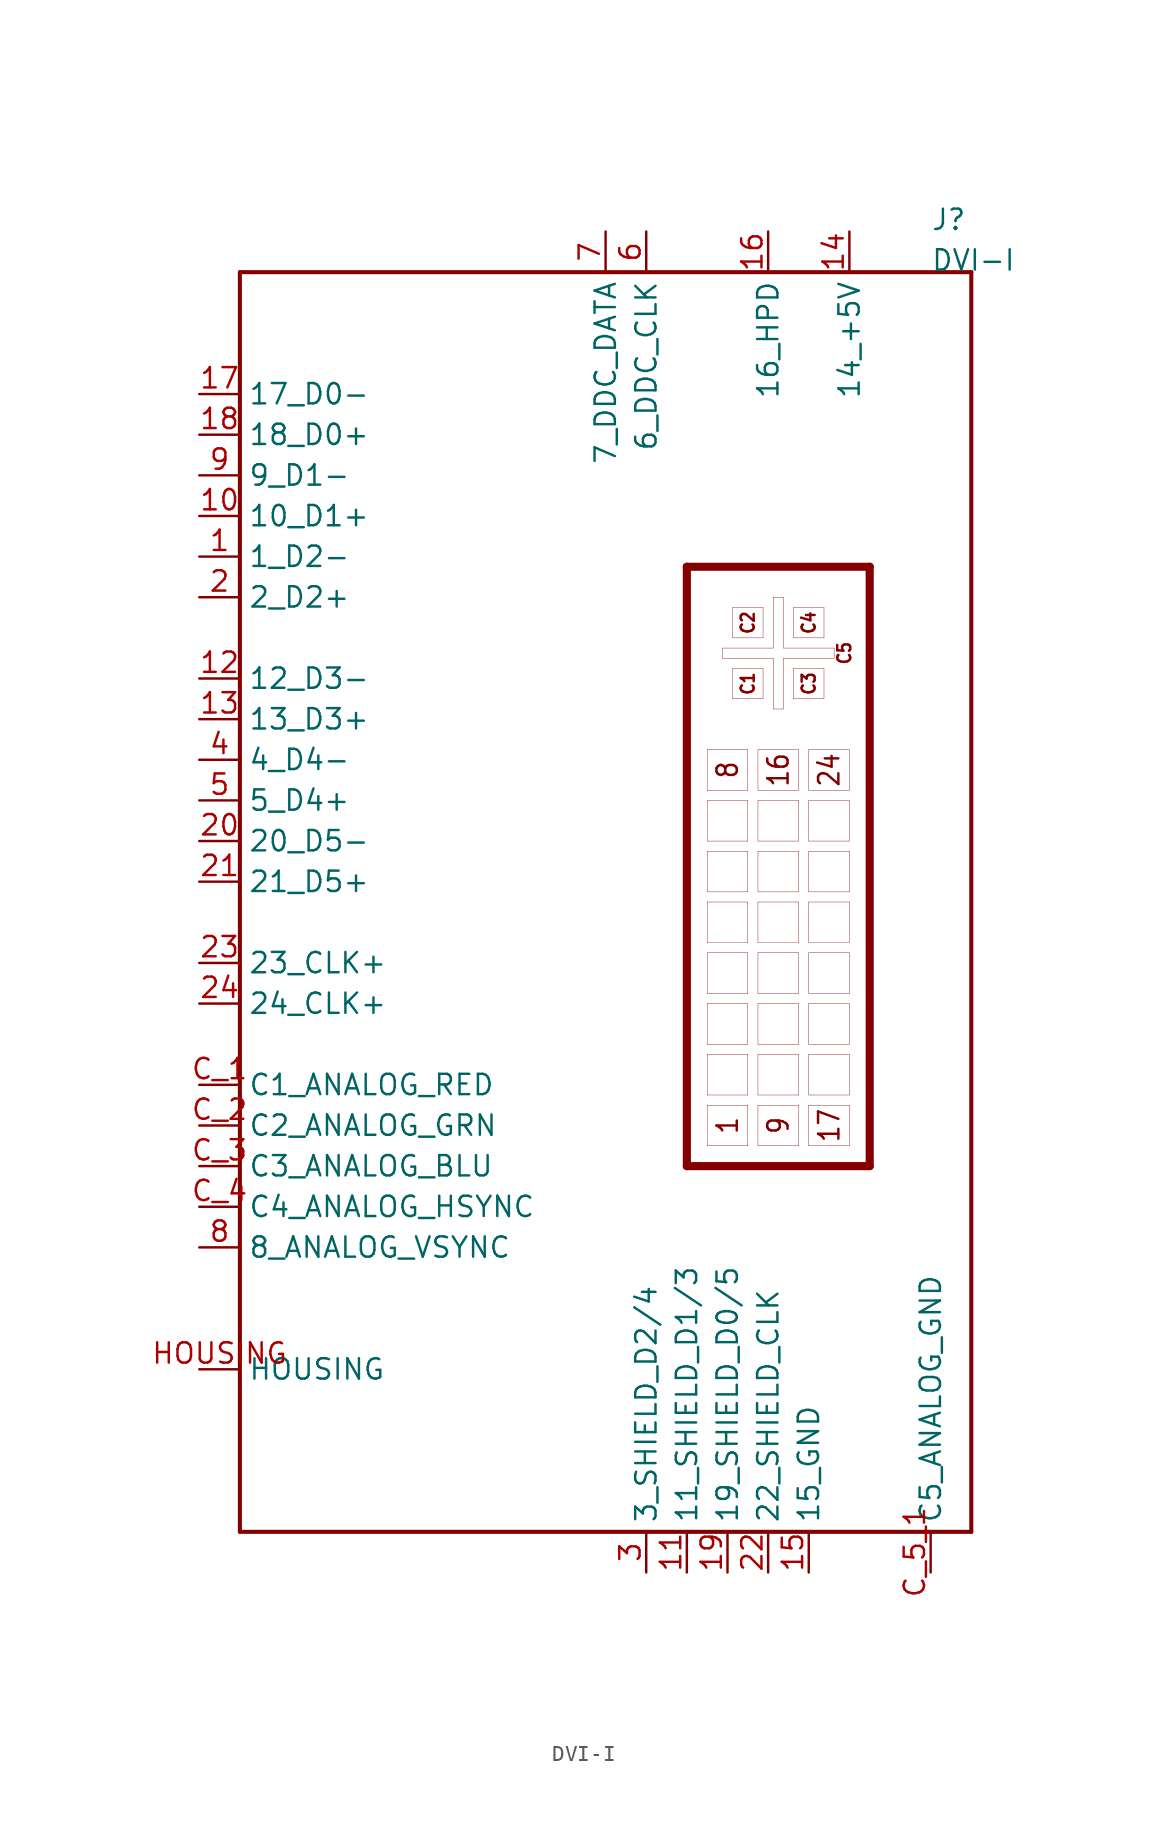
<source format=kicad_sym>
(kicad_symbol_lib
  (version 20211014)
  (generator kicad_symbol_editor)
  (symbol "DVI-I"
    (pin_names)
    (property "Reference" "J"
      (at 20.32 40.64 0)
      (effects (font (size 1.27 1.27)) (justify left bottom)))
    (property "Value" "DVI-I"
      (at 20.32 38.1 0)
      (effects (font (size 1.27 1.27)) (justify left bottom)))
    (property "Datasheet" ""
      (at 0 0 0))
    (property "ki_description" "DVI-I-0743201004  -DVI-I, Dual Link Receptacle Connector 29 Position Panel Mount, Through Hole, Right Angle   Technical Specifications:    Current Rating: 3A/contact   Voltage rating: 40VAC       Component Search:  [DATA SHEET NAME]   Datasheet:  743201004_sd "
      (at 0 0 0))
    (property "ki_fp_filters" "FlashPCB_Connectors:DVI-I-MOLEX-0743201004"
      (at 0 0 0))
    (symbol "DVI-I_1_1"
      (text "C1" (at 8.89 12.383 900) (effects (font (size 0.813 0.695))))
      (text "C2" (at 8.89 16.192 900) (effects (font (size 0.813 0.695))))
      (text "C4" (at 12.7 16.192 900) (effects (font (size 0.813 0.695))))
      (text "C3" (at 12.7 12.383 900) (effects (font (size 0.813 0.695))))
      (text "C5" (at 14.922 14.287 900) (effects (font (size 0.813 0.695))))
      (text "1" (at 7.62 -15.24 900) (effects (font (size 1.27 1.086))))
      (text "9" (at 10.795 -15.24 900) (effects (font (size 1.27 1.086))))
      (text "17" (at 13.97 -15.24 900) (effects (font (size 1.27 1.086))))
      (text "24" (at 13.97 6.985 900) (effects (font (size 1.27 1.086))))
      (text "16" (at 10.795 6.985 900) (effects (font (size 1.27 1.086))))
      (text "8" (at 7.62 6.985 900) (effects (font (size 1.27 1.086))))
      (polyline (pts (xy 5.08 19.685) (xy 16.51 19.685)) (stroke (width 0.508)) (fill (type none)))
      (polyline (pts (xy 16.51 19.685) (xy 16.51 -17.78)) (stroke (width 0.508)) (fill (type none)))
      (polyline (pts (xy 16.51 -17.78) (xy 5.08 -17.78)) (stroke (width 0.508)) (fill (type none)))
      (polyline (pts (xy 5.08 -17.78) (xy 5.08 19.685)) (stroke (width 0.508)) (fill (type none)))
      (polyline (pts (xy 6.35 -13.97) (xy 6.35 -16.51)) (stroke (width 0.025)) (fill (type none)))
      (polyline (pts (xy 6.35 -16.51) (xy 8.89 -16.51)) (stroke (width 0.025)) (fill (type none)))
      (polyline (pts (xy 8.89 -16.51) (xy 8.89 -13.97)) (stroke (width 0.025)) (fill (type none)))
      (polyline (pts (xy 8.89 -13.97) (xy 6.35 -13.97)) (stroke (width 0.025)) (fill (type none)))
      (polyline (pts (xy 6.35 -10.795) (xy 6.35 -13.335)) (stroke (width 0.025)) (fill (type none)))
      (polyline (pts (xy 6.35 -13.335) (xy 8.89 -13.335)) (stroke (width 0.025)) (fill (type none)))
      (polyline (pts (xy 8.89 -13.335) (xy 8.89 -10.795)) (stroke (width 0.025)) (fill (type none)))
      (polyline (pts (xy 8.89 -10.795) (xy 6.35 -10.795)) (stroke (width 0.025)) (fill (type none)))
      (polyline (pts (xy 6.35 -7.62) (xy 6.35 -10.16)) (stroke (width 0.025)) (fill (type none)))
      (polyline (pts (xy 6.35 -10.16) (xy 8.89 -10.16)) (stroke (width 0.025)) (fill (type none)))
      (polyline (pts (xy 8.89 -10.16) (xy 8.89 -7.62)) (stroke (width 0.025)) (fill (type none)))
      (polyline (pts (xy 8.89 -7.62) (xy 6.35 -7.62)) (stroke (width 0.025)) (fill (type none)))
      (polyline (pts (xy 6.35 -4.445) (xy 6.35 -6.985)) (stroke (width 0.025)) (fill (type none)))
      (polyline (pts (xy 6.35 -6.985) (xy 8.89 -6.985)) (stroke (width 0.025)) (fill (type none)))
      (polyline (pts (xy 8.89 -6.985) (xy 8.89 -4.445)) (stroke (width 0.025)) (fill (type none)))
      (polyline (pts (xy 8.89 -4.445) (xy 6.35 -4.445)) (stroke (width 0.025)) (fill (type none)))
      (polyline (pts (xy 6.35 -1.27) (xy 6.35 -3.81)) (stroke (width 0.025)) (fill (type none)))
      (polyline (pts (xy 6.35 -3.81) (xy 8.89 -3.81)) (stroke (width 0.025)) (fill (type none)))
      (polyline (pts (xy 8.89 -3.81) (xy 8.89 -1.27)) (stroke (width 0.025)) (fill (type none)))
      (polyline (pts (xy 8.89 -1.27) (xy 6.35 -1.27)) (stroke (width 0.025)) (fill (type none)))
      (polyline (pts (xy 6.35 1.905) (xy 6.35 -0.635)) (stroke (width 0.025)) (fill (type none)))
      (polyline (pts (xy 6.35 -0.635) (xy 8.89 -0.635)) (stroke (width 0.025)) (fill (type none)))
      (polyline (pts (xy 8.89 -0.635) (xy 8.89 1.905)) (stroke (width 0.025)) (fill (type none)))
      (polyline (pts (xy 8.89 1.905) (xy 6.35 1.905)) (stroke (width 0.025)) (fill (type none)))
      (polyline (pts (xy 6.35 5.08) (xy 6.35 2.54)) (stroke (width 0.025)) (fill (type none)))
      (polyline (pts (xy 6.35 2.54) (xy 8.89 2.54)) (stroke (width 0.025)) (fill (type none)))
      (polyline (pts (xy 8.89 2.54) (xy 8.89 5.08)) (stroke (width 0.025)) (fill (type none)))
      (polyline (pts (xy 8.89 5.08) (xy 6.35 5.08)) (stroke (width 0.025)) (fill (type none)))
      (polyline (pts (xy 6.35 8.255) (xy 6.35 5.715)) (stroke (width 0.025)) (fill (type none)))
      (polyline (pts (xy 6.35 5.715) (xy 8.89 5.715)) (stroke (width 0.025)) (fill (type none)))
      (polyline (pts (xy 8.89 5.715) (xy 8.89 8.255)) (stroke (width 0.025)) (fill (type none)))
      (polyline (pts (xy 8.89 8.255) (xy 6.35 8.255)) (stroke (width 0.025)) (fill (type none)))
      (polyline (pts (xy 9.525 -13.97) (xy 9.525 -16.51)) (stroke (width 0.025)) (fill (type none)))
      (polyline (pts (xy 9.525 -16.51) (xy 12.065 -16.51)) (stroke (width 0.025)) (fill (type none)))
      (polyline (pts (xy 12.065 -16.51) (xy 12.065 -13.97)) (stroke (width 0.025)) (fill (type none)))
      (polyline (pts (xy 12.065 -13.97) (xy 9.525 -13.97)) (stroke (width 0.025)) (fill (type none)))
      (polyline (pts (xy 9.525 -10.795) (xy 9.525 -13.335)) (stroke (width 0.025)) (fill (type none)))
      (polyline (pts (xy 9.525 -13.335) (xy 12.065 -13.335)) (stroke (width 0.025)) (fill (type none)))
      (polyline (pts (xy 12.065 -13.335) (xy 12.065 -10.795)) (stroke (width 0.025)) (fill (type none)))
      (polyline (pts (xy 12.065 -10.795) (xy 9.525 -10.795)) (stroke (width 0.025)) (fill (type none)))
      (polyline (pts (xy 9.525 -7.62) (xy 9.525 -10.16)) (stroke (width 0.025)) (fill (type none)))
      (polyline (pts (xy 9.525 -10.16) (xy 12.065 -10.16)) (stroke (width 0.025)) (fill (type none)))
      (polyline (pts (xy 12.065 -10.16) (xy 12.065 -7.62)) (stroke (width 0.025)) (fill (type none)))
      (polyline (pts (xy 12.065 -7.62) (xy 9.525 -7.62)) (stroke (width 0.025)) (fill (type none)))
      (polyline (pts (xy 9.525 -4.445) (xy 9.525 -6.985)) (stroke (width 0.025)) (fill (type none)))
      (polyline (pts (xy 9.525 -6.985) (xy 12.065 -6.985)) (stroke (width 0.025)) (fill (type none)))
      (polyline (pts (xy 12.065 -6.985) (xy 12.065 -4.445)) (stroke (width 0.025)) (fill (type none)))
      (polyline (pts (xy 12.065 -4.445) (xy 9.525 -4.445)) (stroke (width 0.025)) (fill (type none)))
      (polyline (pts (xy 9.525 -1.27) (xy 9.525 -3.81)) (stroke (width 0.025)) (fill (type none)))
      (polyline (pts (xy 9.525 -3.81) (xy 12.065 -3.81)) (stroke (width 0.025)) (fill (type none)))
      (polyline (pts (xy 12.065 -3.81) (xy 12.065 -1.27)) (stroke (width 0.025)) (fill (type none)))
      (polyline (pts (xy 12.065 -1.27) (xy 9.525 -1.27)) (stroke (width 0.025)) (fill (type none)))
      (polyline (pts (xy 9.525 1.905) (xy 9.525 -0.635)) (stroke (width 0.025)) (fill (type none)))
      (polyline (pts (xy 9.525 -0.635) (xy 12.065 -0.635)) (stroke (width 0.025)) (fill (type none)))
      (polyline (pts (xy 12.065 -0.635) (xy 12.065 1.905)) (stroke (width 0.025)) (fill (type none)))
      (polyline (pts (xy 12.065 1.905) (xy 9.525 1.905)) (stroke (width 0.025)) (fill (type none)))
      (polyline (pts (xy 9.525 5.08) (xy 9.525 2.54)) (stroke (width 0.025)) (fill (type none)))
      (polyline (pts (xy 9.525 2.54) (xy 12.065 2.54)) (stroke (width 0.025)) (fill (type none)))
      (polyline (pts (xy 12.065 2.54) (xy 12.065 5.08)) (stroke (width 0.025)) (fill (type none)))
      (polyline (pts (xy 12.065 5.08) (xy 9.525 5.08)) (stroke (width 0.025)) (fill (type none)))
      (polyline (pts (xy 9.525 8.255) (xy 9.525 5.715)) (stroke (width 0.025)) (fill (type none)))
      (polyline (pts (xy 9.525 5.715) (xy 12.065 5.715)) (stroke (width 0.025)) (fill (type none)))
      (polyline (pts (xy 12.065 5.715) (xy 12.065 8.255)) (stroke (width 0.025)) (fill (type none)))
      (polyline (pts (xy 12.065 8.255) (xy 9.525 8.255)) (stroke (width 0.025)) (fill (type none)))
      (polyline (pts (xy 12.7 -13.97) (xy 12.7 -16.51)) (stroke (width 0.025)) (fill (type none)))
      (polyline (pts (xy 12.7 -16.51) (xy 15.24 -16.51)) (stroke (width 0.025)) (fill (type none)))
      (polyline (pts (xy 15.24 -16.51) (xy 15.24 -13.97)) (stroke (width 0.025)) (fill (type none)))
      (polyline (pts (xy 15.24 -13.97) (xy 12.7 -13.97)) (stroke (width 0.025)) (fill (type none)))
      (polyline (pts (xy 12.7 -10.795) (xy 12.7 -13.335)) (stroke (width 0.025)) (fill (type none)))
      (polyline (pts (xy 12.7 -13.335) (xy 15.24 -13.335)) (stroke (width 0.025)) (fill (type none)))
      (polyline (pts (xy 15.24 -13.335) (xy 15.24 -10.795)) (stroke (width 0.025)) (fill (type none)))
      (polyline (pts (xy 15.24 -10.795) (xy 12.7 -10.795)) (stroke (width 0.025)) (fill (type none)))
      (polyline (pts (xy 12.7 -7.62) (xy 12.7 -10.16)) (stroke (width 0.025)) (fill (type none)))
      (polyline (pts (xy 12.7 -10.16) (xy 15.24 -10.16)) (stroke (width 0.025)) (fill (type none)))
      (polyline (pts (xy 15.24 -10.16) (xy 15.24 -7.62)) (stroke (width 0.025)) (fill (type none)))
      (polyline (pts (xy 15.24 -7.62) (xy 12.7 -7.62)) (stroke (width 0.025)) (fill (type none)))
      (polyline (pts (xy 12.7 -4.445) (xy 12.7 -6.985)) (stroke (width 0.025)) (fill (type none)))
      (polyline (pts (xy 12.7 -6.985) (xy 15.24 -6.985)) (stroke (width 0.025)) (fill (type none)))
      (polyline (pts (xy 15.24 -6.985) (xy 15.24 -4.445)) (stroke (width 0.025)) (fill (type none)))
      (polyline (pts (xy 15.24 -4.445) (xy 12.7 -4.445)) (stroke (width 0.025)) (fill (type none)))
      (polyline (pts (xy 12.7 -1.27) (xy 12.7 -3.81)) (stroke (width 0.025)) (fill (type none)))
      (polyline (pts (xy 12.7 -3.81) (xy 15.24 -3.81)) (stroke (width 0.025)) (fill (type none)))
      (polyline (pts (xy 15.24 -3.81) (xy 15.24 -1.27)) (stroke (width 0.025)) (fill (type none)))
      (polyline (pts (xy 15.24 -1.27) (xy 12.7 -1.27)) (stroke (width 0.025)) (fill (type none)))
      (polyline (pts (xy 12.7 1.905) (xy 12.7 -0.635)) (stroke (width 0.025)) (fill (type none)))
      (polyline (pts (xy 12.7 -0.635) (xy 15.24 -0.635)) (stroke (width 0.025)) (fill (type none)))
      (polyline (pts (xy 15.24 -0.635) (xy 15.24 1.905)) (stroke (width 0.025)) (fill (type none)))
      (polyline (pts (xy 15.24 1.905) (xy 12.7 1.905)) (stroke (width 0.025)) (fill (type none)))
      (polyline (pts (xy 12.7 5.08) (xy 12.7 2.54)) (stroke (width 0.025)) (fill (type none)))
      (polyline (pts (xy 12.7 2.54) (xy 15.24 2.54)) (stroke (width 0.025)) (fill (type none)))
      (polyline (pts (xy 15.24 2.54) (xy 15.24 5.08)) (stroke (width 0.025)) (fill (type none)))
      (polyline (pts (xy 15.24 5.08) (xy 12.7 5.08)) (stroke (width 0.025)) (fill (type none)))
      (polyline (pts (xy 12.7 8.255) (xy 12.7 5.715)) (stroke (width 0.025)) (fill (type none)))
      (polyline (pts (xy 12.7 5.715) (xy 15.24 5.715)) (stroke (width 0.025)) (fill (type none)))
      (polyline (pts (xy 15.24 5.715) (xy 15.24 8.255)) (stroke (width 0.025)) (fill (type none)))
      (polyline (pts (xy 15.24 8.255) (xy 12.7 8.255)) (stroke (width 0.025)) (fill (type none)))
      (polyline (pts (xy 7.938 13.335) (xy 7.938 11.43)) (stroke (width 0.025)) (fill (type none)))
      (polyline (pts (xy 7.938 11.43) (xy 9.842 11.43)) (stroke (width 0.025)) (fill (type none)))
      (polyline (pts (xy 9.842 11.43) (xy 9.842 13.335)) (stroke (width 0.025)) (fill (type none)))
      (polyline (pts (xy 9.842 13.335) (xy 7.938 13.335)) (stroke (width 0.025)) (fill (type none)))
      (polyline (pts (xy 7.303 13.97) (xy 10.477 13.97)) (stroke (width 0.025)) (fill (type none)))
      (polyline (pts (xy 10.477 13.97) (xy 10.477 10.795)) (stroke (width 0.025)) (fill (type none)))
      (polyline (pts (xy 10.477 10.795) (xy 11.113 10.795)) (stroke (width 0.025)) (fill (type none)))
      (polyline (pts (xy 11.113 10.795) (xy 11.113 13.97)) (stroke (width 0.025)) (fill (type none)))
      (polyline (pts (xy 11.113 13.97) (xy 14.287 13.97)) (stroke (width 0.025)) (fill (type none)))
      (polyline (pts (xy 11.748 13.335) (xy 11.748 11.43)) (stroke (width 0.025)) (fill (type none)))
      (polyline (pts (xy 11.748 11.43) (xy 13.652 11.43)) (stroke (width 0.025)) (fill (type none)))
      (polyline (pts (xy 13.652 11.43) (xy 13.652 13.335)) (stroke (width 0.025)) (fill (type none)))
      (polyline (pts (xy 13.652 13.335) (xy 11.748 13.335)) (stroke (width 0.025)) (fill (type none)))
      (polyline (pts (xy 13.652 15.24) (xy 13.652 17.145)) (stroke (width 0.025)) (fill (type none)))
      (polyline (pts (xy 13.652 17.145) (xy 11.748 17.145)) (stroke (width 0.025)) (fill (type none)))
      (polyline (pts (xy 11.748 17.145) (xy 11.748 15.24)) (stroke (width 0.025)) (fill (type none)))
      (polyline (pts (xy 11.748 15.24) (xy 13.652 15.24)) (stroke (width 0.025)) (fill (type none)))
      (polyline (pts (xy 14.287 14.605) (xy 11.113 14.605)) (stroke (width 0.025)) (fill (type none)))
      (polyline (pts (xy 11.113 14.605) (xy 11.113 17.78)) (stroke (width 0.025)) (fill (type none)))
      (polyline (pts (xy 11.113 17.78) (xy 10.477 17.78)) (stroke (width 0.025)) (fill (type none)))
      (polyline (pts (xy 10.477 17.78) (xy 10.477 14.605)) (stroke (width 0.025)) (fill (type none)))
      (polyline (pts (xy 10.477 14.605) (xy 7.303 14.605)) (stroke (width 0.025)) (fill (type none)))
      (polyline (pts (xy 9.842 15.24) (xy 9.842 17.145)) (stroke (width 0.025)) (fill (type none)))
      (polyline (pts (xy 9.842 17.145) (xy 7.938 17.145)) (stroke (width 0.025)) (fill (type none)))
      (polyline (pts (xy 7.938 17.145) (xy 7.938 15.24)) (stroke (width 0.025)) (fill (type none)))
      (polyline (pts (xy 7.938 15.24) (xy 9.842 15.24)) (stroke (width 0.025)) (fill (type none)))
      (polyline (pts (xy 7.303 14.605) (xy 7.303 13.97)) (stroke (width 0.025)) (fill (type none)))
      (polyline (pts (xy 14.287 14.605) (xy 14.287 13.97)) (stroke (width 0.025)) (fill (type none)))
      (polyline (pts (xy -22.86 38.1) (xy 22.86 38.1)) (stroke (width 0.254)) (fill (type none)))
      (polyline (pts (xy 22.86 38.1) (xy 22.86 -40.64)) (stroke (width 0.254)) (fill (type none)))
      (polyline (pts (xy 22.86 -40.64) (xy -22.86 -40.64)) (stroke (width 0.254)) (fill (type none)))
      (polyline (pts (xy -22.86 -40.64) (xy -22.86 38.1)) (stroke (width 0.254)) (fill (type none)))
      (pin bidirectional line (at -25.4 20.32 0) (length 2.54) (name "1_D2-" (effects (font (size 1.27 1.27)))) (number "1" (effects (font (size 1.27 1.27)))))
      (pin bidirectional line (at -25.4 17.78 0) (length 2.54) (name "2_D2+" (effects (font (size 1.27 1.27)))) (number "2" (effects (font (size 1.27 1.27)))))
      (pin bidirectional line (at 2.54 -43.18 90) (length 2.54) (name "3_SHIELD_D2/4" (effects (font (size 1.27 1.27)))) (number "3" (effects (font (size 1.27 1.27)))))
      (pin bidirectional line (at -25.4 7.62 0) (length 2.54) (name "4_D4-" (effects (font (size 1.27 1.27)))) (number "4" (effects (font (size 1.27 1.27)))))
      (pin bidirectional line (at -25.4 5.08 0) (length 2.54) (name "5_D4+" (effects (font (size 1.27 1.27)))) (number "5" (effects (font (size 1.27 1.27)))))
      (pin bidirectional line (at 2.54 40.64 270) (length 2.54) (name "6_DDC_CLK" (effects (font (size 1.27 1.27)))) (number "6" (effects (font (size 1.27 1.27)))))
      (pin bidirectional line (at 0 40.64 270) (length 2.54) (name "7_DDC_DATA" (effects (font (size 1.27 1.27)))) (number "7" (effects (font (size 1.27 1.27)))))
      (pin bidirectional line (at -25.4 -22.86 0) (length 2.54) (name "8_ANALOG_VSYNC" (effects (font (size 1.27 1.27)))) (number "8" (effects (font (size 1.27 1.27)))))
      (pin bidirectional line (at -25.4 25.4 0) (length 2.54) (name "9_D1-" (effects (font (size 1.27 1.27)))) (number "9" (effects (font (size 1.27 1.27)))))
      (pin bidirectional line (at -25.4 22.86 0) (length 2.54) (name "10_D1+" (effects (font (size 1.27 1.27)))) (number "10" (effects (font (size 1.27 1.27)))))
      (pin bidirectional line (at 5.08 -43.18 90) (length 2.54) (name "11_SHIELD_D1/3" (effects (font (size 1.27 1.27)))) (number "11" (effects (font (size 1.27 1.27)))))
      (pin bidirectional line (at -25.4 12.7 0) (length 2.54) (name "12_D3-" (effects (font (size 1.27 1.27)))) (number "12" (effects (font (size 1.27 1.27)))))
      (pin bidirectional line (at -25.4 10.16 0) (length 2.54) (name "13_D3+" (effects (font (size 1.27 1.27)))) (number "13" (effects (font (size 1.27 1.27)))))
      (pin bidirectional line (at 15.24 40.64 270) (length 2.54) (name "14_+5V" (effects (font (size 1.27 1.27)))) (number "14" (effects (font (size 1.27 1.27)))))
      (pin bidirectional line (at 12.7 -43.18 90) (length 2.54) (name "15_GND" (effects (font (size 1.27 1.27)))) (number "15" (effects (font (size 1.27 1.27)))))
      (pin bidirectional line (at 10.16 40.64 270) (length 2.54) (name "16_HPD" (effects (font (size 1.27 1.27)))) (number "16" (effects (font (size 1.27 1.27)))))
      (pin bidirectional line (at -25.4 30.48 0) (length 2.54) (name "17_D0-" (effects (font (size 1.27 1.27)))) (number "17" (effects (font (size 1.27 1.27)))))
      (pin bidirectional line (at -25.4 27.94 0) (length 2.54) (name "18_D0+" (effects (font (size 1.27 1.27)))) (number "18" (effects (font (size 1.27 1.27)))))
      (pin bidirectional line (at 7.62 -43.18 90) (length 2.54) (name "19_SHIELD_D0/5" (effects (font (size 1.27 1.27)))) (number "19" (effects (font (size 1.27 1.27)))))
      (pin bidirectional line (at -25.4 2.54 0) (length 2.54) (name "20_D5-" (effects (font (size 1.27 1.27)))) (number "20" (effects (font (size 1.27 1.27)))))
      (pin bidirectional line (at -25.4 0 0) (length 2.54) (name "21_D5+" (effects (font (size 1.27 1.27)))) (number "21" (effects (font (size 1.27 1.27)))))
      (pin bidirectional line (at 10.16 -43.18 90) (length 2.54) (name "22_SHIELD_CLK" (effects (font (size 1.27 1.27)))) (number "22" (effects (font (size 1.27 1.27)))))
      (pin bidirectional line (at -25.4 -5.08 0) (length 2.54) (name "23_CLK+" (effects (font (size 1.27 1.27)))) (number "23" (effects (font (size 1.27 1.27)))))
      (pin bidirectional line (at -25.4 -7.62 0) (length 2.54) (name "24_CLK+" (effects (font (size 1.27 1.27)))) (number "24" (effects (font (size 1.27 1.27)))))
      (pin bidirectional line (at -25.4 -12.7 0) (length 2.54) (name "C1_ANALOG_RED" (effects (font (size 1.27 1.27)))) (number "C_1" (effects (font (size 1.27 1.27)))))
      (pin bidirectional line (at -25.4 -15.24 0) (length 2.54) (name "C2_ANALOG_GRN" (effects (font (size 1.27 1.27)))) (number "C_2" (effects (font (size 1.27 1.27)))))
      (pin bidirectional line (at -25.4 -17.78 0) (length 2.54) (name "C3_ANALOG_BLU" (effects (font (size 1.27 1.27)))) (number "C_3" (effects (font (size 1.27 1.27)))))
      (pin bidirectional line (at -25.4 -20.32 0) (length 2.54) (name "C4_ANALOG_HSYNC" (effects (font (size 1.27 1.27)))) (number "C_4" (effects (font (size 1.27 1.27)))))
      (pin bidirectional line (at 20.32 -43.18 90) (length 2.54) (name "C5_ANALOG_GND" (effects (font (size 1.27 1.27)))) (number "C_5_1" (effects (font (size 1.27 1.27)))))
      (pin bidirectional line (at 20.32 -43.18 90) (length 2.54) hide (name "C5_ANALOG_GND" (effects (font (size 1.27 1.27)))) (number "C_5_2" (effects (font (size 1.27 1.27)))))
      (pin bidirectional line (at -25.4 -30.48 0) (length 2.54) (name "HOUSING" (effects (font (size 1.27 1.27)))) (number "HOUSING" (effects (font (size 1.27 1.27))))))))
</source>
